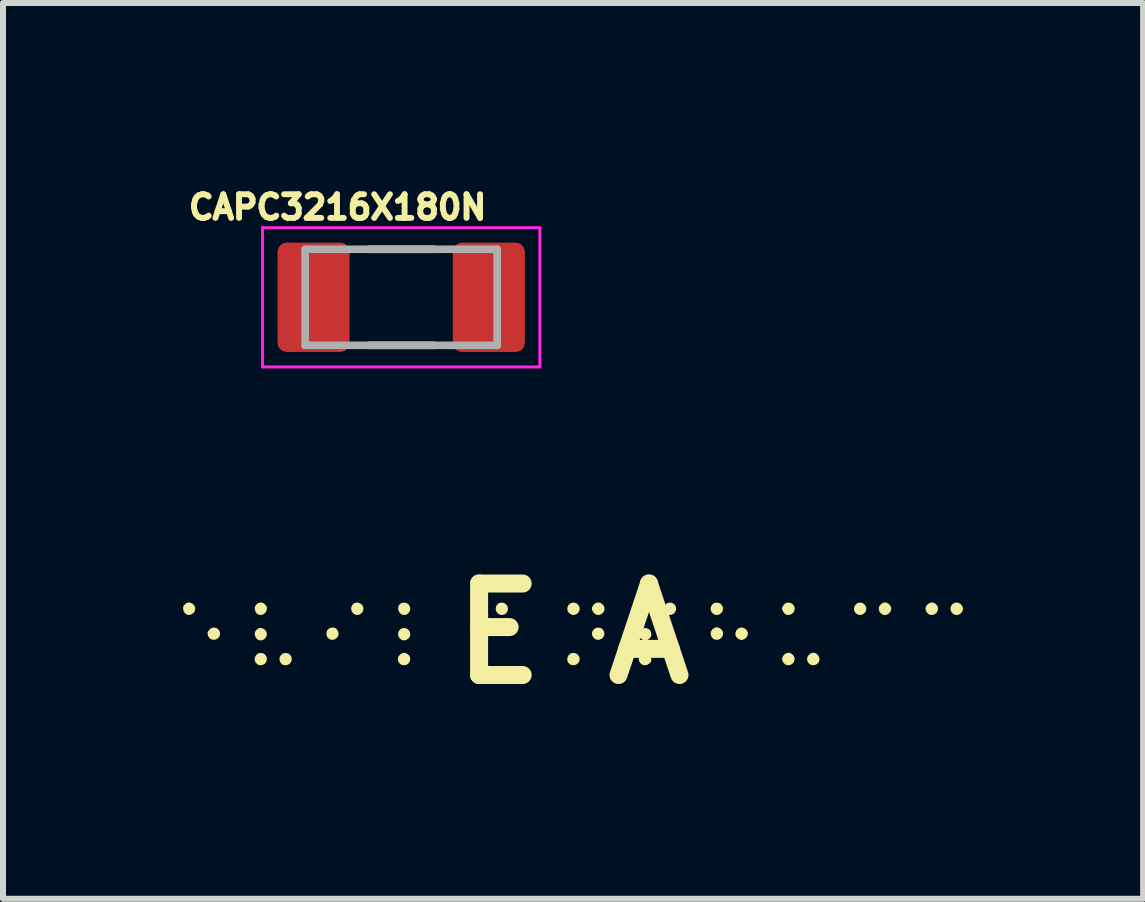
<source format=kicad_pcb>
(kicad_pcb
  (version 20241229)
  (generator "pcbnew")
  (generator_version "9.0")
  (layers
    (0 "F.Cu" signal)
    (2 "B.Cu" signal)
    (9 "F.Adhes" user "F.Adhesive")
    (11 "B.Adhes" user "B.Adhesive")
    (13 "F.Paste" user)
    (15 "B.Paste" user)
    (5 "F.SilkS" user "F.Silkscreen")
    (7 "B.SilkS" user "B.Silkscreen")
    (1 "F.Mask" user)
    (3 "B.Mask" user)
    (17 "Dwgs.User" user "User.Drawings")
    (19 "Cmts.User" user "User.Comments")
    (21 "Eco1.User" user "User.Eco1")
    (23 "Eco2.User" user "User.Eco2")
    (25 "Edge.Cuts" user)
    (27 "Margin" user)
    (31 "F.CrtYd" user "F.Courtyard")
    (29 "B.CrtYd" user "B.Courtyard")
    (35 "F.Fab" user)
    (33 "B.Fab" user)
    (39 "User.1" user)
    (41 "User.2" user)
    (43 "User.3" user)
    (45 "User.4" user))
  (footprint "E A"
    (layer "F.Cu")
    (at 6.492 7.506)
    (property "Reference" "E A" (at 0 0 0) (layer "F.SilkS") (effects (font (size 1.524 1.524) (thickness 0.3))))
    (attr board_only exclude_from_pos_files exclude_from_bom)
    (fp_poly (pts (xy -5.154 -0.508) (xy -5.122 -0.484) (xy -5.1 -0.452) (xy -5.094 -0.417) (xy -5.102 -0.382) (xy -5.12 -0.351) (xy -5.147 -0.326) (xy -5.18 -0.312) (xy -5.217 -0.311) (xy -5.236 -0.317) (xy -5.268 -0.34) (xy -5.289 -0.374) (xy -5.298 -0.412) (xy -5.293 -0.451) (xy -5.274 -0.484) (xy -5.272 -0.485) (xy -5.235 -0.511) (xy -5.195 -0.519)) (stroke (width 0) (type solid)) (fill yes) (layer "F.SilkS"))
    (fp_poly (pts (xy -3.56 -0.512) (xy -3.527 -0.495) (xy -3.502 -0.468) (xy -3.488 -0.432) (xy -3.487 -0.414) (xy -3.495 -0.375) (xy -3.517 -0.343) (xy -3.549 -0.32) (xy -3.586 -0.31) (xy -3.624 -0.316) (xy -3.627 -0.317) (xy -3.662 -0.342) (xy -3.685 -0.377) (xy -3.693 -0.418) (xy -3.685 -0.457) (xy -3.662 -0.491) (xy -3.631 -0.511) (xy -3.596 -0.518)) (stroke (width 0) (type solid)) (fill yes) (layer "F.SilkS"))
    (fp_poly (pts (xy -2.79 -0.515) (xy -2.753 -0.5) (xy -2.731 -0.481) (xy -2.711 -0.444) (xy -2.707 -0.407) (xy -2.717 -0.371) (xy -2.738 -0.341) (xy -2.767 -0.319) (xy -2.804 -0.31) (xy -2.844 -0.316) (xy -2.847 -0.318) (xy -2.878 -0.34) (xy -2.899 -0.373) (xy -2.909 -0.413) (xy -2.905 -0.452) (xy -2.894 -0.476) (xy -2.866 -0.503) (xy -2.83 -0.516)) (stroke (width 0) (type solid)) (fill yes) (layer "F.SilkS"))
    (fp_poly (pts (xy -1.144 -0.51) (xy -1.111 -0.488) (xy -1.087 -0.456) (xy -1.079 -0.416) (xy -1.079 -0.416) (xy -1.087 -0.374) (xy -1.109 -0.341) (xy -1.141 -0.319) (xy -1.179 -0.31) (xy -1.218 -0.317) (xy -1.253 -0.34) (xy -1.275 -0.373) (xy -1.284 -0.41) (xy -1.28 -0.447) (xy -1.263 -0.481) (xy -1.233 -0.506) (xy -1.224 -0.51) (xy -1.183 -0.518)) (stroke (width 0) (type solid)) (fill yes) (layer "F.SilkS"))
    (fp_poly (pts (xy 0.031 0.323) (xy 0.065 0.335) (xy 0.093 0.359) (xy 0.111 0.392) (xy 0.116 0.426) (xy 0.107 0.466) (xy 0.084 0.497) (xy 0.052 0.519) (xy 0.014 0.527) (xy -0.026 0.521) (xy -0.044 0.512) (xy -0.077 0.482) (xy -0.092 0.444) (xy -0.089 0.399) (xy -0.088 0.395) (xy -0.069 0.357) (xy -0.04 0.333) (xy -0.005 0.322)) (stroke (width 0) (type solid)) (fill yes) (layer "F.SilkS"))
    (fp_poly (pts (xy 0.051 -0.51) (xy 0.085 -0.487) (xy 0.091 -0.481) (xy 0.112 -0.443) (xy 0.116 -0.402) (xy 0.103 -0.365) (xy 0.075 -0.333) (xy 0.058 -0.323) (xy 0.024 -0.31) (xy -0.007 -0.312) (xy -0.033 -0.323) (xy -0.069 -0.351) (xy -0.089 -0.388) (xy -0.09 -0.43) (xy -0.082 -0.458) (xy -0.059 -0.491) (xy -0.026 -0.511) (xy 0.012 -0.518)) (stroke (width 0) (type solid)) (fill yes) (layer "F.SilkS"))
    (fp_poly (pts (xy 0.471 -0.091) (xy 0.5 -0.069) (xy 0.519 -0.039) (xy 0.528 -0.005) (xy 0.524 0.031) (xy 0.506 0.064) (xy 0.483 0.084) (xy 0.442 0.103) (xy 0.402 0.102) (xy 0.373 0.091) (xy 0.345 0.067) (xy 0.325 0.032) (xy 0.318 -0.002) (xy 0.327 -0.038) (xy 0.35 -0.07) (xy 0.382 -0.093) (xy 0.393 -0.097) (xy 0.435 -0.101)) (stroke (width 0) (type solid)) (fill yes) (layer "F.SilkS"))
    (fp_poly (pts (xy 1.218 -0.093) (xy 1.259 -0.08) (xy 1.288 -0.055) (xy 1.305 -0.022) (xy 1.31 0.015) (xy 1.301 0.051) (xy 1.278 0.083) (xy 1.252 0.101) (xy 1.22 0.113) (xy 1.19 0.112) (xy 1.159 0.1) (xy 1.126 0.075) (xy 1.107 0.043) (xy 1.102 0.007) (xy 1.11 -0.028) (xy 1.128 -0.059) (xy 1.156 -0.082) (xy 1.194 -0.093)) (stroke (width 0) (type solid)) (fill yes) (layer "F.SilkS"))
    (fp_poly (pts (xy 1.663 -0.508) (xy 1.697 -0.483) (xy 1.699 -0.481) (xy 1.719 -0.444) (xy 1.722 -0.404) (xy 1.71 -0.366) (xy 1.684 -0.334) (xy 1.667 -0.323) (xy 1.627 -0.31) (xy 1.59 -0.314) (xy 1.563 -0.327) (xy 1.533 -0.356) (xy 1.517 -0.394) (xy 1.517 -0.435) (xy 1.525 -0.458) (xy 1.551 -0.492) (xy 1.585 -0.512) (xy 1.625 -0.518)) (stroke (width 0) (type solid)) (fill yes) (layer "F.SilkS"))
    (fp_poly (pts (xy 2.413 -0.516) (xy 2.451 -0.504) (xy 2.478 -0.482) (xy 2.499 -0.447) (xy 2.504 -0.41) (xy 2.495 -0.376) (xy 2.475 -0.345) (xy 2.447 -0.323) (xy 2.413 -0.311) (xy 2.376 -0.313) (xy 2.348 -0.325) (xy 2.316 -0.354) (xy 2.3 -0.388) (xy 2.297 -0.425) (xy 2.307 -0.46) (xy 2.329 -0.49) (xy 2.36 -0.51) (xy 2.4 -0.517)) (stroke (width 0) (type solid)) (fill yes) (layer "F.SilkS"))
    (fp_poly (pts (xy 4.811 -0.515) (xy 4.846 -0.498) (xy 4.875 -0.468) (xy 4.89 -0.431) (xy 4.889 -0.392) (xy 4.873 -0.356) (xy 4.842 -0.327) (xy 4.841 -0.326) (xy 4.801 -0.31) (xy 4.763 -0.313) (xy 4.732 -0.327) (xy 4.702 -0.355) (xy 4.687 -0.391) (xy 4.686 -0.43) (xy 4.699 -0.467) (xy 4.727 -0.497) (xy 4.733 -0.502) (xy 4.773 -0.518)) (stroke (width 0) (type solid)) (fill yes) (layer "F.SilkS"))
    (fp_poly (pts (xy -5.155 0.33) (xy -5.125 0.35) (xy -5.105 0.379) (xy -5.096 0.413) (xy -5.099 0.448) (xy -5.112 0.481) (xy -5.136 0.507) (xy -5.172 0.523) (xy -5.187 0.526) (xy -5.228 0.524) (xy -5.251 0.514) (xy -5.283 0.483) (xy -5.299 0.446) (xy -5.299 0.406) (xy -5.282 0.367) (xy -5.27 0.353) (xy -5.245 0.333) (xy -5.221 0.324) (xy -5.196 0.323)) (stroke (width 0) (type solid)) (fill yes) (layer "F.SilkS"))
    (fp_poly (pts (xy 1.239 0.326) (xy 1.241 0.327) (xy 1.278 0.349) (xy 1.299 0.381) (xy 1.307 0.417) (xy 1.309 0.447) (xy 1.301 0.469) (xy 1.285 0.49) (xy 1.25 0.516) (xy 1.21 0.527) (xy 1.169 0.522) (xy 1.154 0.515) (xy 1.125 0.49) (xy 1.105 0.456) (xy 1.098 0.422) (xy 1.107 0.385) (xy 1.13 0.353) (xy 1.163 0.331) (xy 1.201 0.321)) (stroke (width 0) (type solid)) (fill yes) (layer "F.SilkS"))
    (fp_poly (pts (xy 4.047 0.327) (xy 4.078 0.35) (xy 4.101 0.384) (xy 4.111 0.423) (xy 4.109 0.446) (xy 4.093 0.483) (xy 4.065 0.51) (xy 4.028 0.525) (xy 3.988 0.526) (xy 3.957 0.515) (xy 3.929 0.491) (xy 3.909 0.458) (xy 3.901 0.424) (xy 3.901 0.424) (xy 3.91 0.387) (xy 3.933 0.353) (xy 3.966 0.329) (xy 4.003 0.318) (xy 4.009 0.318)) (stroke (width 0) (type solid)) (fill yes) (layer "F.SilkS"))
    (fp_poly (pts (xy -5.943 -0.096) (xy -5.911 -0.077) (xy -5.887 -0.047) (xy -5.876 -0.007) (xy -5.876 0.002) (xy -5.884 0.042) (xy -5.907 0.074) (xy -5.939 0.095) (xy -5.977 0.104) (xy -6.017 0.097) (xy -6.036 0.088) (xy -6.062 0.063) (xy -6.079 0.029) (xy -6.085 -0.007) (xy -6.082 -0.022) (xy -6.071 -0.043) (xy -6.053 -0.067) (xy -6.051 -0.07) (xy -6.017 -0.094) (xy -5.98 -0.103)) (stroke (width 0) (type solid)) (fill yes) (layer "F.SilkS"))
    (fp_poly (pts (xy 0.462 -0.512) (xy 0.492 -0.493) (xy 0.514 -0.466) (xy 0.527 -0.433) (xy 0.528 -0.397) (xy 0.516 -0.363) (xy 0.489 -0.334) (xy 0.479 -0.328) (xy 0.445 -0.312) (xy 0.414 -0.311) (xy 0.38 -0.322) (xy 0.354 -0.342) (xy 0.332 -0.372) (xy 0.319 -0.406) (xy 0.318 -0.42) (xy 0.326 -0.449) (xy 0.345 -0.479) (xy 0.372 -0.503) (xy 0.384 -0.51) (xy 0.425 -0.519)) (stroke (width 0) (type solid)) (fill yes) (layer "F.SilkS"))
    (fp_poly (pts (xy 2.43 -0.099) (xy 2.465 -0.08) (xy 2.489 -0.056) (xy 2.5 -0.031) (xy 2.504 -0.001) (xy 2.504 0.002) (xy 2.496 0.042) (xy 2.473 0.074) (xy 2.441 0.095) (xy 2.403 0.104) (xy 2.363 0.097) (xy 2.344 0.088) (xy 2.314 0.058) (xy 2.298 0.02) (xy 2.299 -0.024) (xy 2.302 -0.034) (xy 2.321 -0.067) (xy 2.352 -0.092) (xy 2.386 -0.105) (xy 2.396 -0.106)) (stroke (width 0) (type solid)) (fill yes) (layer "F.SilkS"))
    (fp_poly (pts (xy 2.844 -0.097) (xy 2.878 -0.078) (xy 2.904 -0.048) (xy 2.918 -0.012) (xy 2.919 -0.002) (xy 2.91 0.037) (xy 2.886 0.071) (xy 2.853 0.095) (xy 2.814 0.106) (xy 2.81 0.106) (xy 2.787 0.101) (xy 2.759 0.088) (xy 2.754 0.084) (xy 2.724 0.055) (xy 2.71 0.021) (xy 2.71 -0.015) (xy 2.722 -0.048) (xy 2.744 -0.076) (xy 2.775 -0.095) (xy 2.813 -0.102)) (stroke (width 0) (type solid)) (fill yes) (layer "F.SilkS"))
    (fp_poly (pts (xy 3.637 -0.509) (xy 3.672 -0.483) (xy 3.674 -0.481) (xy 3.694 -0.445) (xy 3.698 -0.408) (xy 3.688 -0.372) (xy 3.667 -0.342) (xy 3.637 -0.321) (xy 3.602 -0.31) (xy 3.563 -0.314) (xy 3.543 -0.323) (xy 3.521 -0.343) (xy 3.501 -0.374) (xy 3.488 -0.407) (xy 3.487 -0.42) (xy 3.495 -0.449) (xy 3.514 -0.479) (xy 3.541 -0.503) (xy 3.553 -0.51) (xy 3.596 -0.518)) (stroke (width 0) (type solid)) (fill yes) (layer "F.SilkS"))
    (fp_poly (pts (xy 6.419 -0.515) (xy 6.456 -0.497) (xy 6.484 -0.468) (xy 6.5 -0.432) (xy 6.502 -0.414) (xy 6.493 -0.377) (xy 6.47 -0.344) (xy 6.437 -0.319) (xy 6.399 -0.308) (xy 6.394 -0.308) (xy 6.37 -0.313) (xy 6.344 -0.325) (xy 6.342 -0.326) (xy 6.311 -0.355) (xy 6.295 -0.39) (xy 6.293 -0.428) (xy 6.304 -0.464) (xy 6.327 -0.493) (xy 6.363 -0.513) (xy 6.378 -0.517)) (stroke (width 0) (type solid)) (fill yes) (layer "F.SilkS"))
    (fp_poly (pts (xy -4.741 0.33) (xy -4.711 0.35) (xy -4.691 0.379) (xy -4.682 0.413) (xy -4.684 0.448) (xy -4.698 0.481) (xy -4.722 0.507) (xy -4.758 0.523) (xy -4.773 0.526) (xy -4.806 0.525) (xy -4.832 0.518) (xy -4.833 0.518) (xy -4.866 0.488) (xy -4.883 0.448) (xy -4.886 0.422) (xy -4.882 0.391) (xy -4.868 0.366) (xy -4.856 0.353) (xy -4.832 0.333) (xy -4.807 0.324) (xy -4.781 0.323)) (stroke (width 0) (type solid)) (fill yes) (layer "F.SilkS"))
    (fp_poly (pts (xy -3.97 -0.099) (xy -3.948 -0.089) (xy -3.929 -0.07) (xy -3.906 -0.031) (xy -3.9 0.009) (xy -3.914 0.049) (xy -3.928 0.068) (xy -3.96 0.093) (xy -3.998 0.104) (xy -4.035 0.1) (xy -4.055 0.09) (xy -4.084 0.066) (xy -4.098 0.04) (xy -4.103 0.006) (xy -4.103 -0.001) (xy -4.101 -0.032) (xy -4.09 -0.055) (xy -4.074 -0.073) (xy -4.049 -0.092) (xy -4.022 -0.1) (xy -4.001 -0.101)) (stroke (width 0) (type solid)) (fill yes) (layer "F.SilkS"))
    (fp_poly (pts (xy -2.781 0.325) (xy -2.751 0.341) (xy -2.726 0.363) (xy -2.722 0.368) (xy -2.711 0.392) (xy -2.707 0.423) (xy -2.707 0.426) (xy -2.715 0.466) (xy -2.738 0.497) (xy -2.77 0.519) (xy -2.808 0.527) (xy -2.848 0.521) (xy -2.867 0.511) (xy -2.898 0.482) (xy -2.913 0.444) (xy -2.912 0.403) (xy -2.904 0.383) (xy -2.882 0.353) (xy -2.85 0.33) (xy -2.816 0.318) (xy -2.808 0.318)) (stroke (width 0) (type solid)) (fill yes) (layer "F.SilkS"))
    (fp_poly (pts (xy -2.773 -0.088) (xy -2.742 -0.068) (xy -2.72 -0.039) (xy -2.708 -0.004) (xy -2.709 0.033) (xy -2.726 0.069) (xy -2.733 0.077) (xy -2.763 0.1) (xy -2.8 0.112) (xy -2.834 0.111) (xy -2.841 0.109) (xy -2.858 0.099) (xy -2.879 0.082) (xy -2.882 0.079) (xy -2.904 0.047) (xy -2.911 0.009) (xy -2.904 -0.029) (xy -2.884 -0.062) (xy -2.853 -0.086) (xy -2.851 -0.087) (xy -2.81 -0.095)) (stroke (width 0) (type solid)) (fill yes) (layer "F.SilkS"))
    (fp_poly (pts (xy 3.618 0.323) (xy 3.645 0.335) (xy 3.647 0.336) (xy 3.678 0.365) (xy 3.694 0.401) (xy 3.695 0.44) (xy 3.682 0.477) (xy 3.653 0.507) (xy 3.652 0.508) (xy 3.611 0.526) (xy 3.571 0.526) (xy 3.542 0.515) (xy 3.515 0.491) (xy 3.495 0.458) (xy 3.487 0.424) (xy 3.487 0.424) (xy 3.496 0.387) (xy 3.519 0.353) (xy 3.552 0.329) (xy 3.589 0.318) (xy 3.595 0.318)) (stroke (width 0) (type solid)) (fill yes) (layer "F.SilkS"))
    (fp_poly (pts (xy 6.007 -0.515) (xy 6.035 -0.502) (xy 6.04 -0.498) (xy 6.07 -0.469) (xy 6.084 -0.436) (xy 6.084 -0.401) (xy 6.073 -0.367) (xy 6.052 -0.339) (xy 6.023 -0.319) (xy 5.988 -0.31) (xy 5.949 -0.315) (xy 5.931 -0.323) (xy 5.904 -0.347) (xy 5.884 -0.38) (xy 5.876 -0.414) (xy 5.876 -0.414) (xy 5.884 -0.452) (xy 5.908 -0.485) (xy 5.941 -0.509) (xy 5.979 -0.52) (xy 5.984 -0.52)) (stroke (width 0) (type solid)) (fill yes) (layer "F.SilkS"))
    (fp_poly (pts (xy -6.387 -0.518) (xy -6.384 -0.517) (xy -6.341 -0.503) (xy -6.311 -0.478) (xy -6.293 -0.444) (xy -6.289 -0.406) (xy -6.301 -0.367) (xy -6.316 -0.347) (xy -6.349 -0.322) (xy -6.388 -0.311) (xy -6.426 -0.315) (xy -6.431 -0.317) (xy -6.462 -0.341) (xy -6.484 -0.376) (xy -6.492 -0.419) (xy -6.492 -0.419) (xy -6.49 -0.447) (xy -6.48 -0.468) (xy -6.458 -0.49) (xy -6.457 -0.491) (xy -6.432 -0.51) (xy -6.412 -0.518)) (stroke (width 0) (type solid)) (fill yes) (layer "F.SilkS"))
    (fp_poly (pts (xy -5.193 -0.094) (xy -5.188 -0.093) (xy -5.146 -0.079) (xy -5.115 -0.051) (xy -5.098 -0.013) (xy -5.095 0.01) (xy -5.104 0.049) (xy -5.126 0.081) (xy -5.158 0.104) (xy -5.196 0.114) (xy -5.234 0.107) (xy -5.236 0.107) (xy -5.268 0.083) (xy -5.29 0.047) (xy -5.298 0.005) (xy -5.298 0.005) (xy -5.295 -0.023) (xy -5.286 -0.044) (xy -5.264 -0.066) (xy -5.262 -0.067) (xy -5.238 -0.087) (xy -5.218 -0.094)) (stroke (width 0) (type solid)) (fill yes) (layer "F.SilkS"))
    (fp_poly (pts (xy 5.237 -0.512) (xy 5.271 -0.489) (xy 5.296 -0.457) (xy 5.307 -0.42) (xy 5.307 -0.414) (xy 5.298 -0.377) (xy 5.275 -0.344) (xy 5.242 -0.319) (xy 5.205 -0.308) (xy 5.199 -0.308) (xy 5.176 -0.313) (xy 5.149 -0.325) (xy 5.148 -0.326) (xy 5.116 -0.355) (xy 5.1 -0.391) (xy 5.099 -0.43) (xy 5.113 -0.467) (xy 5.142 -0.497) (xy 5.143 -0.498) (xy 5.169 -0.512) (xy 5.194 -0.52) (xy 5.198 -0.52)) (stroke (width 0) (type solid)) (fill yes) (layer "F.SilkS")))
  (footprint "CAPC3216X180N"
    (layer "F.Cu")
    (at 3.634 1.903)
    (property "Reference" "CAPC3216X180N" (at -1.06 -1.5 0) (layer "F.SilkS") (effects (font (size 0.394 0.394) (thickness 0.15))))
    (attr smd)
    (fp_line (start -0.54 -0.8) (end 0.54 -0.8) (stroke (width 0.127) (type solid)) (layer "F.SilkS"))
    (fp_line (start -0.54 0.8) (end 0.54 0.8) (stroke (width 0.127) (type solid)) (layer "F.SilkS"))
    (fp_line (start -2.31 -1.16) (end 2.31 -1.16) (stroke (width 0.05) (type solid)) (layer "F.CrtYd"))
    (fp_line (start -2.31 1.16) (end -2.31 -1.16) (stroke (width 0.05) (type solid)) (layer "F.CrtYd"))
    (fp_line (start -2.31 1.16) (end 2.31 1.16) (stroke (width 0.05) (type solid)) (layer "F.CrtYd"))
    (fp_line (start 2.31 1.16) (end 2.31 -1.16) (stroke (width 0.05) (type solid)) (layer "F.CrtYd"))
    (fp_line (start -1.6 0.8) (end -1.6 -0.8) (stroke (width 0.127) (type solid)) (layer "F.Fab"))
    (fp_line (start 1.6 -0.8) (end -1.6 -0.8) (stroke (width 0.127) (type solid)) (layer "F.Fab"))
    (fp_line (start 1.6 0.8) (end -1.6 0.8) (stroke (width 0.127) (type solid)) (layer "F.Fab"))
    (fp_line (start 1.6 0.8) (end 1.6 -0.8) (stroke (width 0.127) (type solid)) (layer "F.Fab"))
    (pad "1" smd roundrect (at -1.46 0) (size 1.2 1.82) (layers "F.Cu" "F.Mask" "F.Paste") (roundrect_rratio 0.125))
    (pad "2" smd roundrect (at 1.46 0) (size 1.2 1.82) (layers "F.Cu" "F.Mask" "F.Paste") (roundrect_rratio 0.125)))
  (gr_rect
    (start -3 -3)
    (end 15.994 11.924)
    (stroke (width 0.1) (type default))
    (fill no)
    (layer "Edge.Cuts")))
</source>
